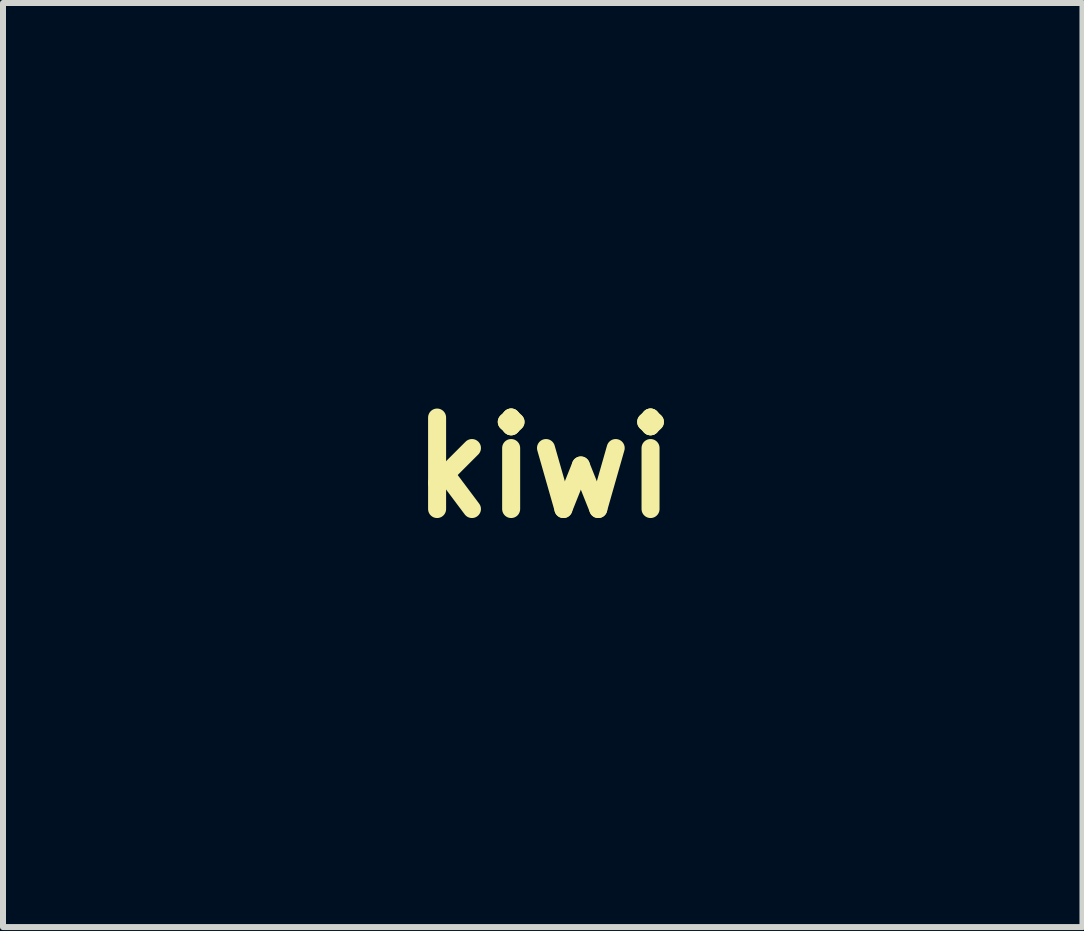
<source format=kicad_pcb>
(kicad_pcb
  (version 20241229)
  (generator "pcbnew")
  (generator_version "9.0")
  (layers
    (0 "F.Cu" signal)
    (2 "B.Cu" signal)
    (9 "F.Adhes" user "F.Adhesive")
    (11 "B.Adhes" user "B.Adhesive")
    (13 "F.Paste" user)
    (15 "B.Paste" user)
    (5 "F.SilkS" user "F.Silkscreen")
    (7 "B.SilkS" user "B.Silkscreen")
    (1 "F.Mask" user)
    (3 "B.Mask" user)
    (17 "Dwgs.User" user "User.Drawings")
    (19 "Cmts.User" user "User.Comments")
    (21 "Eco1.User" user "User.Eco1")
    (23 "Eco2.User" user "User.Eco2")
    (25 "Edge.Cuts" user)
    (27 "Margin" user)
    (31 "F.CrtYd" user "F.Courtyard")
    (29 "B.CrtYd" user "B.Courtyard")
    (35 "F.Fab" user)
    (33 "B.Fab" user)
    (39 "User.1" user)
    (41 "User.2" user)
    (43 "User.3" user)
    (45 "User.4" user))
  (footprint "kiwi"
    (layer "F.Cu")
    (at 6.01 4.741)
    (property "Reference" "kiwi" (at 0 0 0) (layer "F.SilkS") (effects (font (size 1.524 1.524) (thickness 0.3))))
    (attr through_hole)
    (fp_poly (pts (xy -3.694 -2.064) (xy -3.542 -1.914) (xy -3.504 -1.814) (xy -3.51 -1.576) (xy -3.63 -1.416) (xy -3.82 -1.359) (xy -4.031 -1.43) (xy -4.1 -1.488) (xy -4.212 -1.632) (xy -4.206 -1.765) (xy -4.08 -1.949) (xy -3.89 -2.08) (xy -3.694 -2.064)) (stroke (width 0.01) (type solid)) (fill yes) (layer "F.Mask"))
    (fp_poly (pts (xy -4.819 -2.053) (xy -4.668 -1.909) (xy -4.577 -1.756) (xy -4.572 -1.721) (xy -4.635 -1.594) (xy -4.779 -1.453) (xy -4.932 -1.363) (xy -4.975 -1.355) (xy -5.105 -1.409) (xy -5.201 -1.488) (xy -5.309 -1.644) (xy -5.334 -1.736) (xy -5.268 -1.9) (xy -5.119 -2.051) (xy -4.96 -2.117) (xy -4.819 -2.053)) (stroke (width 0.01) (type solid)) (fill yes) (layer "F.Mask"))
    (fp_poly (pts (xy 2.888 -4.587) (xy 3.834 -4.275) (xy 4.118 -4.15) (xy 4.762 -3.786) (xy 5.263 -3.353) (xy 5.641 -2.833) (xy 5.749 -2.625) (xy 5.843 -2.412) (xy 5.905 -2.216) (xy 5.943 -1.995) (xy 5.962 -1.706) (xy 5.969 -1.308) (xy 5.969 -1.101) (xy 5.957 -0.51) (xy 5.909 -0.025) (xy 5.811 0.385) (xy 5.645 0.751) (xy 5.396 1.104) (xy 5.047 1.475) (xy 4.584 1.896) (xy 4.303 2.135) (xy 4.024 2.402) (xy 3.784 2.689) (xy 3.649 2.903) (xy 3.523 3.251) (xy 3.477 3.581) (xy 3.513 3.847) (xy 3.598 3.979) (xy 3.715 4.117) (xy 3.67 4.203) (xy 3.466 4.234) (xy 3.45 4.234) (xy 3.217 4.271) (xy 2.918 4.364) (xy 2.731 4.442) (xy 2.286 4.649) (xy 2.286 4.429) (xy 2.278 4.305) (xy 2.226 4.246) (xy 2.089 4.237) (xy 1.826 4.264) (xy 1.82 4.265) (xy 1.515 4.282) (xy 1.362 4.25) (xy 1.355 4.176) (xy 1.489 4.067) (xy 1.757 3.931) (xy 2.152 3.776) (xy 2.263 3.737) (xy 2.921 3.514) (xy 2.946 2.982) (xy 2.954 2.681) (xy 2.928 2.489) (xy 2.852 2.344) (xy 2.714 2.193) (xy 2.447 2.003) (xy 2.2 1.971) (xy 1.984 2.087) (xy 1.813 2.341) (xy 1.698 2.722) (xy 1.655 3.115) (xy 1.633 3.598) (xy 1.308 3.651) (xy 0.962 3.785) (xy 0.788 3.948) (xy 0.594 4.191) (xy 0.593 3.91) (xy 0.58 3.723) (xy 0.518 3.665) (xy 0.402 3.687) (xy 0.197 3.788) (xy 0.021 3.919) (xy -0.169 4.094) (xy -0.169 3.916) (xy -0.093 3.667) (xy 0.109 3.425) (xy 0.395 3.231) (xy 0.632 3.142) (xy 0.814 3.093) (xy 0.935 3.035) (xy 1.016 2.932) (xy 1.074 2.752) (xy 1.131 2.461) (xy 1.176 2.202) (xy 1.212 1.886) (xy 1.193 1.711) (xy 1.171 1.685) (xy 1.065 1.655) (xy 0.819 1.601) (xy 0.462 1.531) (xy 0.02 1.448) (xy -0.479 1.359) (xy -0.493 1.356) (xy -1.436 1.181) (xy -2.227 1.011) (xy -2.884 0.841) (xy -3.425 0.666) (xy -3.867 0.479) (xy -4.227 0.276) (xy -4.403 0.151) (xy -4.599 -0.045) (xy -4.788 -0.303) (xy -4.932 -0.565) (xy -4.995 -0.772) (xy -4.995 -0.783) (xy -5.057 -0.901) (xy -5.215 -0.931) (xy -5.446 -1.004) (xy -5.713 -1.209) (xy -5.734 -1.23) (xy -5.91 -1.42) (xy -5.991 -1.578) (xy -6.004 -1.77) (xy -5.897 -1.77) (xy -5.796 -1.467) (xy -5.611 -1.227) (xy -5.37 -1.073) (xy -5.101 -1.027) (xy -4.835 -1.111) (xy -4.708 -1.211) (xy -4.553 -1.386) (xy -4.458 -1.529) (xy -4.402 -1.609) (xy -4.348 -1.529) (xy -4.17 -1.279) (xy -3.918 -1.092) (xy -3.657 -1.016) (xy -3.649 -1.016) (xy -3.344 -1.087) (xy -3.112 -1.276) (xy -2.96 -1.544) (xy -2.896 -1.854) (xy -2.926 -2.166) (xy -3.056 -2.444) (xy -3.294 -2.648) (xy -3.355 -2.677) (xy -3.676 -2.742) (xy -3.965 -2.649) (xy -4.234 -2.398) (xy -4.376 -2.256) (xy -4.457 -2.251) (xy -4.463 -2.264) (xy -4.638 -2.53) (xy -4.91 -2.717) (xy -5.043 -2.759) (xy -5.314 -2.733) (xy -5.579 -2.582) (xy -5.789 -2.344) (xy -5.885 -2.115) (xy -5.897 -1.77) (xy -6.004 -1.77) (xy -6.005 -1.78) (xy -5.99 -1.966) (xy -5.94 -2.268) (xy -5.837 -2.478) (xy -5.682 -2.641) (xy -5.452 -2.788) (xy -5.192 -2.872) (xy -4.955 -2.883) (xy -4.797 -2.812) (xy -4.784 -2.794) (xy -4.694 -2.793) (xy -4.518 -2.889) (xy -4.389 -2.985) (xy -4.242 -3.098) (xy -4.111 -3.176) (xy -3.958 -3.228) (xy -3.748 -3.26) (xy -3.444 -3.282) (xy -3.01 -3.3) (xy -2.968 -3.302) (xy -1.89 -3.344) (xy -1.432 -3.695) (xy -0.643 -4.199) (xy 0.19 -4.541) (xy 1.06 -4.72) (xy 1.961 -4.736) (xy 2.888 -4.587)) (stroke (width 0.01) (type solid)) (fill yes) (layer "F.Mask")))
  (gr_rect
    (start -3 -3)
    (end 14.984 12.395)
    (stroke (width 0.1) (type default))
    (fill no)
    (layer "Edge.Cuts")))
</source>
